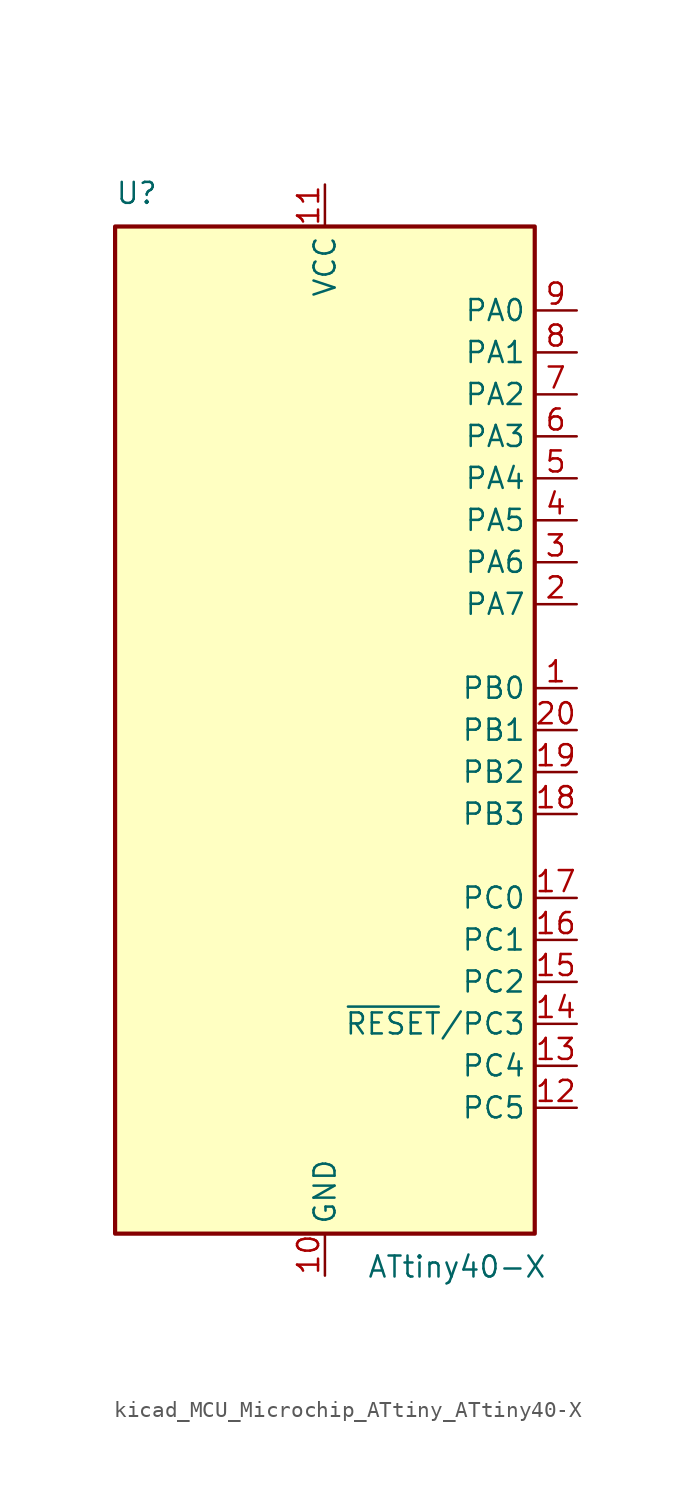
<source format=kicad_sym>
(kicad_symbol_lib
  (version 20220914)
  (generator kicad_symbol_editor)
  (symbol "kicad_MCU_Microchip_ATtiny_ATtiny40-X"
    (property "Reference" "U"
      (at -12.7 31.75 0)
      (effects (font (size 1.27 1.27)) (justify left bottom)))
    (property "Value" "ATtiny40-X"
      (at 2.54 -31.75 0)
      (effects (font (size 1.27 1.27)) (justify left top)))
    (symbol "kicad_MCU_Microchip_ATtiny_ATtiny40-X_0_1"
      (rectangle (start -12.7 -30.48) (end 12.7 30.48) (stroke (width 0.254) (type default)) (fill (type background))))
    (symbol "kicad_MCU_Microchip_ATtiny_ATtiny40-X_1_1"
      (pin bidirectional line (at 15.24 2.54 180) (length 2.54) (name "PB0" (effects (font (size 1.27 1.27)))) (number "1" (effects (font (size 1.27 1.27)))))
      (pin power_in line (at 0 -33.02 90) (length 2.54) (name "GND" (effects (font (size 1.27 1.27)))) (number "10" (effects (font (size 1.27 1.27)))))
      (pin power_in line (at 0 33.02 270) (length 2.54) (name "VCC" (effects (font (size 1.27 1.27)))) (number "11" (effects (font (size 1.27 1.27)))))
      (pin bidirectional line (at 15.24 -22.86 180) (length 2.54) (name "PC5" (effects (font (size 1.27 1.27)))) (number "12" (effects (font (size 1.27 1.27)))))
      (pin bidirectional line (at 15.24 -20.32 180) (length 2.54) (name "PC4" (effects (font (size 1.27 1.27)))) (number "13" (effects (font (size 1.27 1.27)))))
      (pin bidirectional line (at 15.24 -17.78 180) (length 2.54) (name "~{RESET}/PC3" (effects (font (size 1.27 1.27)))) (number "14" (effects (font (size 1.27 1.27)))))
      (pin bidirectional line (at 15.24 -15.24 180) (length 2.54) (name "PC2" (effects (font (size 1.27 1.27)))) (number "15" (effects (font (size 1.27 1.27)))))
      (pin bidirectional line (at 15.24 -12.7 180) (length 2.54) (name "PC1" (effects (font (size 1.27 1.27)))) (number "16" (effects (font (size 1.27 1.27)))))
      (pin bidirectional line (at 15.24 -10.16 180) (length 2.54) (name "PC0" (effects (font (size 1.27 1.27)))) (number "17" (effects (font (size 1.27 1.27)))))
      (pin bidirectional line (at 15.24 -5.08 180) (length 2.54) (name "PB3" (effects (font (size 1.27 1.27)))) (number "18" (effects (font (size 1.27 1.27)))))
      (pin bidirectional line (at 15.24 -2.54 180) (length 2.54) (name "PB2" (effects (font (size 1.27 1.27)))) (number "19" (effects (font (size 1.27 1.27)))))
      (pin bidirectional line (at 15.24 7.62 180) (length 2.54) (name "PA7" (effects (font (size 1.27 1.27)))) (number "2" (effects (font (size 1.27 1.27)))))
      (pin bidirectional line (at 15.24 0 180) (length 2.54) (name "PB1" (effects (font (size 1.27 1.27)))) (number "20" (effects (font (size 1.27 1.27)))))
      (pin bidirectional line (at 15.24 10.16 180) (length 2.54) (name "PA6" (effects (font (size 1.27 1.27)))) (number "3" (effects (font (size 1.27 1.27)))))
      (pin bidirectional line (at 15.24 12.7 180) (length 2.54) (name "PA5" (effects (font (size 1.27 1.27)))) (number "4" (effects (font (size 1.27 1.27)))))
      (pin bidirectional line (at 15.24 15.24 180) (length 2.54) (name "PA4" (effects (font (size 1.27 1.27)))) (number "5" (effects (font (size 1.27 1.27)))))
      (pin bidirectional line (at 15.24 17.78 180) (length 2.54) (name "PA3" (effects (font (size 1.27 1.27)))) (number "6" (effects (font (size 1.27 1.27)))))
      (pin bidirectional line (at 15.24 20.32 180) (length 2.54) (name "PA2" (effects (font (size 1.27 1.27)))) (number "7" (effects (font (size 1.27 1.27)))))
      (pin bidirectional line (at 15.24 22.86 180) (length 2.54) (name "PA1" (effects (font (size 1.27 1.27)))) (number "8" (effects (font (size 1.27 1.27)))))
      (pin bidirectional line (at 15.24 25.4 180) (length 2.54) (name "PA0" (effects (font (size 1.27 1.27)))) (number "9" (effects (font (size 1.27 1.27))))))))
</source>
